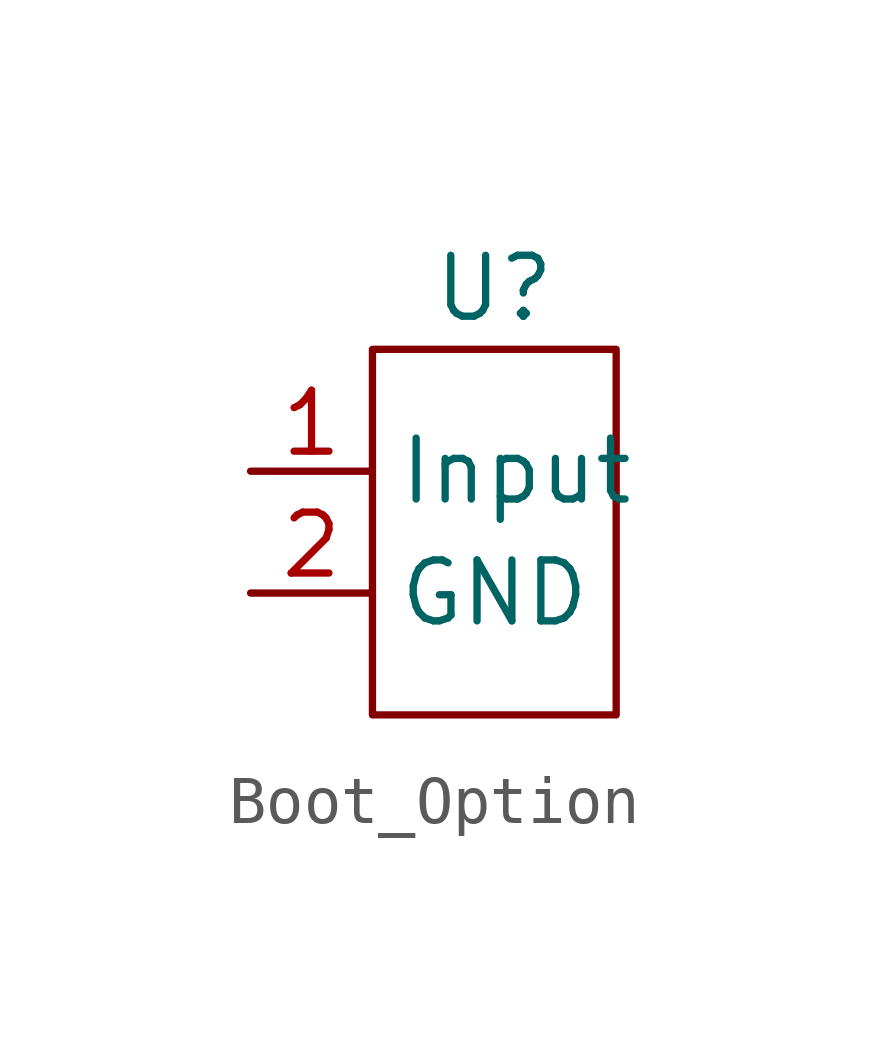
<source format=kicad_sym>
(kicad_symbol_lib
  (version 20231120)
  (generator "kicad_symbol_editor")
  (generator_version "8.0")
  (symbol "Boot_Option"
    (property "Reference" "U"
      (at 0 0 0)
      (effects (font (size 1.27 1.27))))
    (property "Value" ""
      (at 0 0 0)
      (effects (font (size 1.27 1.27))))
    (symbol "Boot_Option_0_1"
      (rectangle (start -2.54 -1.27) (end 2.54 -8.89) (stroke (width 0) (type default)) (fill (type none))))
    (symbol "Boot_Option_1_1"
      (pin input line (at -5.08 -3.81 0) (length 2.54) (name "Input" (effects (font (size 1.27 1.27)))) (number "1" (effects (font (size 1.27 1.27)))))
      (pin power_in line (at -5.08 -6.35 0) (length 2.54) (name "GND" (effects (font (size 1.27 1.27)))) (number "2" (effects (font (size 1.27 1.27))))))))
</source>
